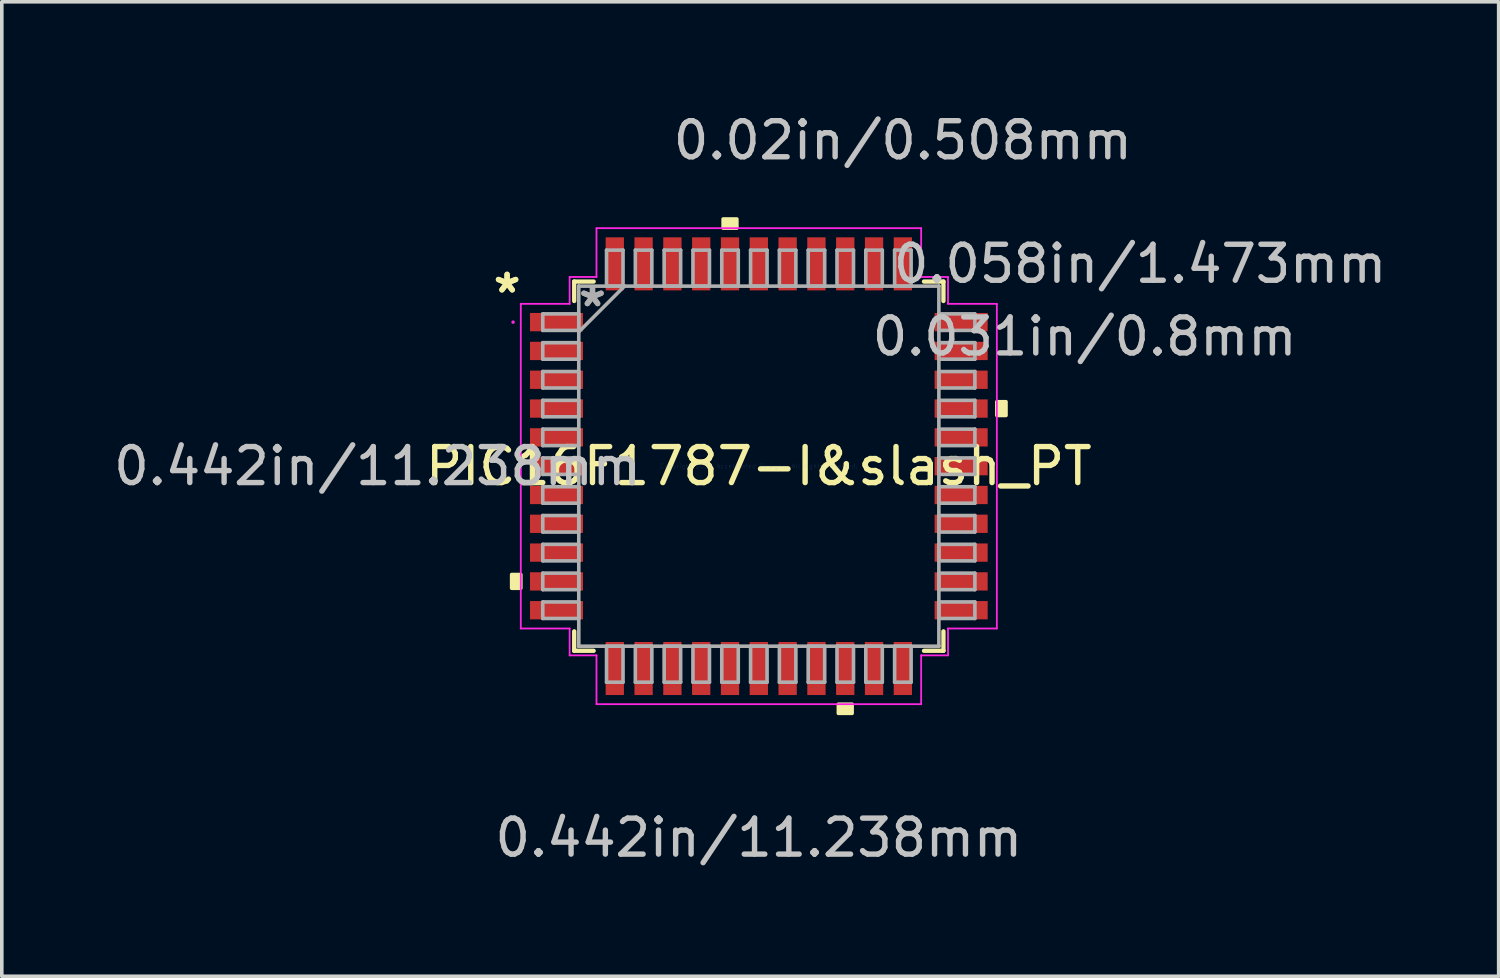
<source format=kicad_pcb>
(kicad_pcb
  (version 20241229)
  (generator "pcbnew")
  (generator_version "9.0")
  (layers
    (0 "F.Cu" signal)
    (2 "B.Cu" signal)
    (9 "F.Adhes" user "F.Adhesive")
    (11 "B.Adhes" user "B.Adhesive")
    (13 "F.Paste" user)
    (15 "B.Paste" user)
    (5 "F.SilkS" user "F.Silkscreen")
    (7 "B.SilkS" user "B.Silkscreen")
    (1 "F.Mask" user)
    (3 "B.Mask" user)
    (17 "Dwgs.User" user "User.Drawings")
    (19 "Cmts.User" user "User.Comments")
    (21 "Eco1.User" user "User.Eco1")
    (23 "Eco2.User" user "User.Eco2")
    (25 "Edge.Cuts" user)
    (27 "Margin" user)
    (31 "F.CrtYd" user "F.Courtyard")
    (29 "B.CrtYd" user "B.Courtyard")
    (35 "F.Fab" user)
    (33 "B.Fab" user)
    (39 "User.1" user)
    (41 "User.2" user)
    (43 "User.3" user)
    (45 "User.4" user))
  (footprint "PIC16F1787-I&slash_PT"
    (layer "F.Cu")
    (at 18.023 9.896)
    (property "Reference" "PIC16F1787-I&slash_PT" (at 0 0 0) (layer "F.SilkS") (effects (font (size 1 1) (thickness 0.15))))
    (attr through_hole)
    (fp_line (start -5.127 -5.127) (end -5.127 -4.587) (stroke (width 0.12) (type solid)) (layer "F.SilkS"))
    (fp_line (start -5.127 4.587) (end -5.127 5.127) (stroke (width 0.12) (type solid)) (layer "F.SilkS"))
    (fp_line (start -5.127 5.127) (end -4.587 5.127) (stroke (width 0.12) (type solid)) (layer "F.SilkS"))
    (fp_line (start -4.587 -5.127) (end -5.127 -5.127) (stroke (width 0.12) (type solid)) (layer "F.SilkS"))
    (fp_line (start 4.587 5.127) (end 5.127 5.127) (stroke (width 0.12) (type solid)) (layer "F.SilkS"))
    (fp_line (start 5.127 -5.127) (end 4.587 -5.127) (stroke (width 0.12) (type solid)) (layer "F.SilkS"))
    (fp_line (start 5.127 -4.587) (end 5.127 -5.127) (stroke (width 0.12) (type solid)) (layer "F.SilkS"))
    (fp_line (start 5.127 5.127) (end 5.127 4.587) (stroke (width 0.12) (type solid)) (layer "F.SilkS"))
    (fp_poly (pts (xy -6.864 3.009) (xy -6.864 3.39) (xy -6.61 3.39) (xy -6.61 3.009)) (stroke (width 0.1) (type solid)) (fill yes) (layer "F.SilkS"))
    (fp_poly (pts (xy -0.991 -6.61) (xy -0.991 -6.864) (xy -0.61 -6.864) (xy -0.61 -6.61)) (stroke (width 0.1) (type solid)) (fill yes) (layer "F.SilkS"))
    (fp_poly (pts (xy 2.209 6.61) (xy 2.209 6.864) (xy 2.591 6.864) (xy 2.591 6.61)) (stroke (width 0.1) (type solid)) (fill yes) (layer "F.SilkS"))
    (fp_poly (pts (xy 6.864 -1.79) (xy 6.864 -1.409) (xy 6.61 -1.409) (xy 6.61 -1.79)) (stroke (width 0.1) (type solid)) (fill yes) (layer "F.SilkS"))
    (fp_line (start -6.61 -4.508) (end -5.254 -4.508) (stroke (width 0.05) (type solid)) (layer "F.CrtYd"))
    (fp_line (start -6.61 4.508) (end -6.61 -4.508) (stroke (width 0.05) (type solid)) (layer "F.CrtYd"))
    (fp_line (start -5.254 -5.254) (end -4.508 -5.254) (stroke (width 0.05) (type solid)) (layer "F.CrtYd"))
    (fp_line (start -5.254 -4.508) (end -5.254 -5.254) (stroke (width 0.05) (type solid)) (layer "F.CrtYd"))
    (fp_line (start -5.254 4.508) (end -6.61 4.508) (stroke (width 0.05) (type solid)) (layer "F.CrtYd"))
    (fp_line (start -5.254 5.254) (end -5.254 4.508) (stroke (width 0.05) (type solid)) (layer "F.CrtYd"))
    (fp_line (start -4.508 -6.61) (end 4.508 -6.61) (stroke (width 0.05) (type solid)) (layer "F.CrtYd"))
    (fp_line (start -4.508 -5.254) (end -4.508 -6.61) (stroke (width 0.05) (type solid)) (layer "F.CrtYd"))
    (fp_line (start -4.508 5.254) (end -5.254 5.254) (stroke (width 0.05) (type solid)) (layer "F.CrtYd"))
    (fp_line (start -4.508 6.61) (end -4.508 5.254) (stroke (width 0.05) (type solid)) (layer "F.CrtYd"))
    (fp_line (start 4.508 -6.61) (end 4.508 -5.254) (stroke (width 0.05) (type solid)) (layer "F.CrtYd"))
    (fp_line (start 4.508 -5.254) (end 5.254 -5.254) (stroke (width 0.05) (type solid)) (layer "F.CrtYd"))
    (fp_line (start 4.508 5.254) (end 4.508 6.61) (stroke (width 0.05) (type solid)) (layer "F.CrtYd"))
    (fp_line (start 4.508 6.61) (end -4.508 6.61) (stroke (width 0.05) (type solid)) (layer "F.CrtYd"))
    (fp_line (start 5.254 -5.254) (end 5.254 -4.508) (stroke (width 0.05) (type solid)) (layer "F.CrtYd"))
    (fp_line (start 5.254 -4.508) (end 6.61 -4.508) (stroke (width 0.05) (type solid)) (layer "F.CrtYd"))
    (fp_line (start 5.254 4.508) (end 5.254 5.254) (stroke (width 0.05) (type solid)) (layer "F.CrtYd"))
    (fp_line (start 5.254 5.254) (end 4.508 5.254) (stroke (width 0.05) (type solid)) (layer "F.CrtYd"))
    (fp_line (start 6.61 -4.508) (end 6.61 4.508) (stroke (width 0.05) (type solid)) (layer "F.CrtYd"))
    (fp_line (start 6.61 4.508) (end 5.254 4.508) (stroke (width 0.05) (type solid)) (layer "F.CrtYd"))
    (fp_circle (center -6.825 -4) (end -6.825 -4) (stroke (width 0.05) (type solid)) (fill no) (layer "F.CrtYd"))
    (fp_line (start -6 -4.229) (end -6 -3.771) (stroke (width 0.1) (type solid)) (layer "F.Fab"))
    (fp_line (start -6 -3.771) (end -5 -3.771) (stroke (width 0.1) (type solid)) (layer "F.Fab"))
    (fp_line (start -6 -3.429) (end -6 -2.971) (stroke (width 0.1) (type solid)) (layer "F.Fab"))
    (fp_line (start -6 -2.971) (end -5 -2.971) (stroke (width 0.1) (type solid)) (layer "F.Fab"))
    (fp_line (start -6 -2.629) (end -6 -2.171) (stroke (width 0.1) (type solid)) (layer "F.Fab"))
    (fp_line (start -6 -2.171) (end -5 -2.171) (stroke (width 0.1) (type solid)) (layer "F.Fab"))
    (fp_line (start -6 -1.829) (end -6 -1.371) (stroke (width 0.1) (type solid)) (layer "F.Fab"))
    (fp_line (start -6 -1.371) (end -5 -1.371) (stroke (width 0.1) (type solid)) (layer "F.Fab"))
    (fp_line (start -6 -1.029) (end -6 -0.571) (stroke (width 0.1) (type solid)) (layer "F.Fab"))
    (fp_line (start -6 -0.571) (end -5 -0.571) (stroke (width 0.1) (type solid)) (layer "F.Fab"))
    (fp_line (start -6 -0.229) (end -6 0.229) (stroke (width 0.1) (type solid)) (layer "F.Fab"))
    (fp_line (start -6 0.229) (end -5 0.229) (stroke (width 0.1) (type solid)) (layer "F.Fab"))
    (fp_line (start -6 0.571) (end -6 1.029) (stroke (width 0.1) (type solid)) (layer "F.Fab"))
    (fp_line (start -6 1.029) (end -5 1.029) (stroke (width 0.1) (type solid)) (layer "F.Fab"))
    (fp_line (start -6 1.371) (end -6 1.829) (stroke (width 0.1) (type solid)) (layer "F.Fab"))
    (fp_line (start -6 1.829) (end -5 1.829) (stroke (width 0.1) (type solid)) (layer "F.Fab"))
    (fp_line (start -6 2.171) (end -6 2.629) (stroke (width 0.1) (type solid)) (layer "F.Fab"))
    (fp_line (start -6 2.629) (end -5 2.629) (stroke (width 0.1) (type solid)) (layer "F.Fab"))
    (fp_line (start -6 2.971) (end -6 3.429) (stroke (width 0.1) (type solid)) (layer "F.Fab"))
    (fp_line (start -6 3.429) (end -5 3.429) (stroke (width 0.1) (type solid)) (layer "F.Fab"))
    (fp_line (start -6 3.771) (end -6 4.229) (stroke (width 0.1) (type solid)) (layer "F.Fab"))
    (fp_line (start -6 4.229) (end -5 4.229) (stroke (width 0.1) (type solid)) (layer "F.Fab"))
    (fp_line (start -5 -5) (end -5 -5) (stroke (width 0.1) (type solid)) (layer "F.Fab"))
    (fp_line (start -5 -5) (end -5 5) (stroke (width 0.1) (type solid)) (layer "F.Fab"))
    (fp_line (start -5 -4.229) (end -6 -4.229) (stroke (width 0.1) (type solid)) (layer "F.Fab"))
    (fp_line (start -5 -3.771) (end -5 -4.229) (stroke (width 0.1) (type solid)) (layer "F.Fab"))
    (fp_line (start -5 -3.73) (end -3.73 -5) (stroke (width 0.1) (type solid)) (layer "F.Fab"))
    (fp_line (start -5 -3.429) (end -6 -3.429) (stroke (width 0.1) (type solid)) (layer "F.Fab"))
    (fp_line (start -5 -2.971) (end -5 -3.429) (stroke (width 0.1) (type solid)) (layer "F.Fab"))
    (fp_line (start -5 -2.629) (end -6 -2.629) (stroke (width 0.1) (type solid)) (layer "F.Fab"))
    (fp_line (start -5 -2.171) (end -5 -2.629) (stroke (width 0.1) (type solid)) (layer "F.Fab"))
    (fp_line (start -5 -1.829) (end -6 -1.829) (stroke (width 0.1) (type solid)) (layer "F.Fab"))
    (fp_line (start -5 -1.371) (end -5 -1.829) (stroke (width 0.1) (type solid)) (layer "F.Fab"))
    (fp_line (start -5 -1.029) (end -6 -1.029) (stroke (width 0.1) (type solid)) (layer "F.Fab"))
    (fp_line (start -5 -0.571) (end -5 -1.029) (stroke (width 0.1) (type solid)) (layer "F.Fab"))
    (fp_line (start -5 -0.229) (end -6 -0.229) (stroke (width 0.1) (type solid)) (layer "F.Fab"))
    (fp_line (start -5 0.229) (end -5 -0.229) (stroke (width 0.1) (type solid)) (layer "F.Fab"))
    (fp_line (start -5 0.571) (end -6 0.571) (stroke (width 0.1) (type solid)) (layer "F.Fab"))
    (fp_line (start -5 1.029) (end -5 0.571) (stroke (width 0.1) (type solid)) (layer "F.Fab"))
    (fp_line (start -5 1.371) (end -6 1.371) (stroke (width 0.1) (type solid)) (layer "F.Fab"))
    (fp_line (start -5 1.829) (end -5 1.371) (stroke (width 0.1) (type solid)) (layer "F.Fab"))
    (fp_line (start -5 2.171) (end -6 2.171) (stroke (width 0.1) (type solid)) (layer "F.Fab"))
    (fp_line (start -5 2.629) (end -5 2.171) (stroke (width 0.1) (type solid)) (layer "F.Fab"))
    (fp_line (start -5 2.971) (end -6 2.971) (stroke (width 0.1) (type solid)) (layer "F.Fab"))
    (fp_line (start -5 3.429) (end -5 2.971) (stroke (width 0.1) (type solid)) (layer "F.Fab"))
    (fp_line (start -5 3.771) (end -6 3.771) (stroke (width 0.1) (type solid)) (layer "F.Fab"))
    (fp_line (start -5 4.229) (end -5 3.771) (stroke (width 0.1) (type solid)) (layer "F.Fab"))
    (fp_line (start -5 5) (end -5 5) (stroke (width 0.1) (type solid)) (layer "F.Fab"))
    (fp_line (start -5 5) (end 5 5) (stroke (width 0.1) (type solid)) (layer "F.Fab"))
    (fp_line (start -4.229 5) (end -4.229 6) (stroke (width 0.1) (type solid)) (layer "F.Fab"))
    (fp_line (start -4.229 6) (end -3.771 6) (stroke (width 0.1) (type solid)) (layer "F.Fab"))
    (fp_line (start -4.229 -6) (end -4.229 -5) (stroke (width 0.1) (type solid)) (layer "F.Fab"))
    (fp_line (start -4.229 -5) (end -3.771 -5) (stroke (width 0.1) (type solid)) (layer "F.Fab"))
    (fp_line (start -3.771 5) (end -4.229 5) (stroke (width 0.1) (type solid)) (layer "F.Fab"))
    (fp_line (start -3.771 6) (end -3.771 5) (stroke (width 0.1) (type solid)) (layer "F.Fab"))
    (fp_line (start -3.771 -6) (end -4.229 -6) (stroke (width 0.1) (type solid)) (layer "F.Fab"))
    (fp_line (start -3.771 -5) (end -3.771 -6) (stroke (width 0.1) (type solid)) (layer "F.Fab"))
    (fp_line (start -3.429 -6) (end -3.429 -5) (stroke (width 0.1) (type solid)) (layer "F.Fab"))
    (fp_line (start -3.429 -5) (end -2.971 -5) (stroke (width 0.1) (type solid)) (layer "F.Fab"))
    (fp_line (start -3.429 5) (end -3.429 6) (stroke (width 0.1) (type solid)) (layer "F.Fab"))
    (fp_line (start -3.429 6) (end -2.971 6) (stroke (width 0.1) (type solid)) (layer "F.Fab"))
    (fp_line (start -2.971 -6) (end -3.429 -6) (stroke (width 0.1) (type solid)) (layer "F.Fab"))
    (fp_line (start -2.971 -5) (end -2.971 -6) (stroke (width 0.1) (type solid)) (layer "F.Fab"))
    (fp_line (start -2.971 5) (end -3.429 5) (stroke (width 0.1) (type solid)) (layer "F.Fab"))
    (fp_line (start -2.971 6) (end -2.971 5) (stroke (width 0.1) (type solid)) (layer "F.Fab"))
    (fp_line (start -2.629 -6) (end -2.629 -5) (stroke (width 0.1) (type solid)) (layer "F.Fab"))
    (fp_line (start -2.629 -5) (end -2.171 -5) (stroke (width 0.1) (type solid)) (layer "F.Fab"))
    (fp_line (start -2.629 5) (end -2.629 6) (stroke (width 0.1) (type solid)) (layer "F.Fab"))
    (fp_line (start -2.629 6) (end -2.171 6) (stroke (width 0.1) (type solid)) (layer "F.Fab"))
    (fp_line (start -2.171 -6) (end -2.629 -6) (stroke (width 0.1) (type solid)) (layer "F.Fab"))
    (fp_line (start -2.171 -5) (end -2.171 -6) (stroke (width 0.1) (type solid)) (layer "F.Fab"))
    (fp_line (start -2.171 5) (end -2.629 5) (stroke (width 0.1) (type solid)) (layer "F.Fab"))
    (fp_line (start -2.171 6) (end -2.171 5) (stroke (width 0.1) (type solid)) (layer "F.Fab"))
    (fp_line (start -1.829 -6) (end -1.829 -5) (stroke (width 0.1) (type solid)) (layer "F.Fab"))
    (fp_line (start -1.829 -5) (end -1.371 -5) (stroke (width 0.1) (type solid)) (layer "F.Fab"))
    (fp_line (start -1.829 5) (end -1.829 6) (stroke (width 0.1) (type solid)) (layer "F.Fab"))
    (fp_line (start -1.829 6) (end -1.371 6) (stroke (width 0.1) (type solid)) (layer "F.Fab"))
    (fp_line (start -1.371 -6) (end -1.829 -6) (stroke (width 0.1) (type solid)) (layer "F.Fab"))
    (fp_line (start -1.371 -5) (end -1.371 -6) (stroke (width 0.1) (type solid)) (layer "F.Fab"))
    (fp_line (start -1.371 5) (end -1.829 5) (stroke (width 0.1) (type solid)) (layer "F.Fab"))
    (fp_line (start -1.371 6) (end -1.371 5) (stroke (width 0.1) (type solid)) (layer "F.Fab"))
    (fp_line (start -1.029 -6) (end -1.029 -5) (stroke (width 0.1) (type solid)) (layer "F.Fab"))
    (fp_line (start -1.029 -5) (end -0.571 -5) (stroke (width 0.1) (type solid)) (layer "F.Fab"))
    (fp_line (start -1.029 5) (end -1.029 6) (stroke (width 0.1) (type solid)) (layer "F.Fab"))
    (fp_line (start -1.029 6) (end -0.571 6) (stroke (width 0.1) (type solid)) (layer "F.Fab"))
    (fp_line (start -0.571 -6) (end -1.029 -6) (stroke (width 0.1) (type solid)) (layer "F.Fab"))
    (fp_line (start -0.571 -5) (end -0.571 -6) (stroke (width 0.1) (type solid)) (layer "F.Fab"))
    (fp_line (start -0.571 5) (end -1.029 5) (stroke (width 0.1) (type solid)) (layer "F.Fab"))
    (fp_line (start -0.571 6) (end -0.571 5) (stroke (width 0.1) (type solid)) (layer "F.Fab"))
    (fp_line (start -0.229 -6) (end -0.229 -5) (stroke (width 0.1) (type solid)) (layer "F.Fab"))
    (fp_line (start -0.229 -5) (end 0.229 -5) (stroke (width 0.1) (type solid)) (layer "F.Fab"))
    (fp_line (start -0.229 5) (end -0.229 6) (stroke (width 0.1) (type solid)) (layer "F.Fab"))
    (fp_line (start -0.229 6) (end 0.229 6) (stroke (width 0.1) (type solid)) (layer "F.Fab"))
    (fp_line (start 0.229 -6) (end -0.229 -6) (stroke (width 0.1) (type solid)) (layer "F.Fab"))
    (fp_line (start 0.229 -5) (end 0.229 -6) (stroke (width 0.1) (type solid)) (layer "F.Fab"))
    (fp_line (start 0.229 5) (end -0.229 5) (stroke (width 0.1) (type solid)) (layer "F.Fab"))
    (fp_line (start 0.229 6) (end 0.229 5) (stroke (width 0.1) (type solid)) (layer "F.Fab"))
    (fp_line (start 0.571 -6) (end 0.571 -5) (stroke (width 0.1) (type solid)) (layer "F.Fab"))
    (fp_line (start 0.571 -5) (end 1.029 -5) (stroke (width 0.1) (type solid)) (layer "F.Fab"))
    (fp_line (start 0.571 5) (end 0.571 6) (stroke (width 0.1) (type solid)) (layer "F.Fab"))
    (fp_line (start 0.571 6) (end 1.029 6) (stroke (width 0.1) (type solid)) (layer "F.Fab"))
    (fp_line (start 1.029 -6) (end 0.571 -6) (stroke (width 0.1) (type solid)) (layer "F.Fab"))
    (fp_line (start 1.029 -5) (end 1.029 -6) (stroke (width 0.1) (type solid)) (layer "F.Fab"))
    (fp_line (start 1.029 5) (end 0.571 5) (stroke (width 0.1) (type solid)) (layer "F.Fab"))
    (fp_line (start 1.029 6) (end 1.029 5) (stroke (width 0.1) (type solid)) (layer "F.Fab"))
    (fp_line (start 1.371 -6) (end 1.371 -5) (stroke (width 0.1) (type solid)) (layer "F.Fab"))
    (fp_line (start 1.371 -5) (end 1.829 -5) (stroke (width 0.1) (type solid)) (layer "F.Fab"))
    (fp_line (start 1.371 5) (end 1.371 6) (stroke (width 0.1) (type solid)) (layer "F.Fab"))
    (fp_line (start 1.371 6) (end 1.829 6) (stroke (width 0.1) (type solid)) (layer "F.Fab"))
    (fp_line (start 1.829 -6) (end 1.371 -6) (stroke (width 0.1) (type solid)) (layer "F.Fab"))
    (fp_line (start 1.829 -5) (end 1.829 -6) (stroke (width 0.1) (type solid)) (layer "F.Fab"))
    (fp_line (start 1.829 5) (end 1.371 5) (stroke (width 0.1) (type solid)) (layer "F.Fab"))
    (fp_line (start 1.829 6) (end 1.829 5) (stroke (width 0.1) (type solid)) (layer "F.Fab"))
    (fp_line (start 2.171 -6) (end 2.171 -5) (stroke (width 0.1) (type solid)) (layer "F.Fab"))
    (fp_line (start 2.171 -5) (end 2.629 -5) (stroke (width 0.1) (type solid)) (layer "F.Fab"))
    (fp_line (start 2.171 5) (end 2.171 6) (stroke (width 0.1) (type solid)) (layer "F.Fab"))
    (fp_line (start 2.171 6) (end 2.629 6) (stroke (width 0.1) (type solid)) (layer "F.Fab"))
    (fp_line (start 2.629 -6) (end 2.171 -6) (stroke (width 0.1) (type solid)) (layer "F.Fab"))
    (fp_line (start 2.629 -5) (end 2.629 -6) (stroke (width 0.1) (type solid)) (layer "F.Fab"))
    (fp_line (start 2.629 5) (end 2.171 5) (stroke (width 0.1) (type solid)) (layer "F.Fab"))
    (fp_line (start 2.629 6) (end 2.629 5) (stroke (width 0.1) (type solid)) (layer "F.Fab"))
    (fp_line (start 2.971 -6) (end 2.971 -5) (stroke (width 0.1) (type solid)) (layer "F.Fab"))
    (fp_line (start 2.971 -5) (end 3.429 -5) (stroke (width 0.1) (type solid)) (layer "F.Fab"))
    (fp_line (start 2.971 5) (end 2.971 6) (stroke (width 0.1) (type solid)) (layer "F.Fab"))
    (fp_line (start 2.971 6) (end 3.429 6) (stroke (width 0.1) (type solid)) (layer "F.Fab"))
    (fp_line (start 3.429 -6) (end 2.971 -6) (stroke (width 0.1) (type solid)) (layer "F.Fab"))
    (fp_line (start 3.429 -5) (end 3.429 -6) (stroke (width 0.1) (type solid)) (layer "F.Fab"))
    (fp_line (start 3.429 5) (end 2.971 5) (stroke (width 0.1) (type solid)) (layer "F.Fab"))
    (fp_line (start 3.429 6) (end 3.429 5) (stroke (width 0.1) (type solid)) (layer "F.Fab"))
    (fp_line (start 3.771 5) (end 3.771 6) (stroke (width 0.1) (type solid)) (layer "F.Fab"))
    (fp_line (start 3.771 6) (end 4.229 6) (stroke (width 0.1) (type solid)) (layer "F.Fab"))
    (fp_line (start 3.771 -6) (end 3.771 -5) (stroke (width 0.1) (type solid)) (layer "F.Fab"))
    (fp_line (start 3.771 -5) (end 4.229 -5) (stroke (width 0.1) (type solid)) (layer "F.Fab"))
    (fp_line (start 4.229 5) (end 3.771 5) (stroke (width 0.1) (type solid)) (layer "F.Fab"))
    (fp_line (start 4.229 6) (end 4.229 5) (stroke (width 0.1) (type solid)) (layer "F.Fab"))
    (fp_line (start 4.229 -6) (end 3.771 -6) (stroke (width 0.1) (type solid)) (layer "F.Fab"))
    (fp_line (start 4.229 -5) (end 4.229 -6) (stroke (width 0.1) (type solid)) (layer "F.Fab"))
    (fp_line (start 5 -5) (end -5 -5) (stroke (width 0.1) (type solid)) (layer "F.Fab"))
    (fp_line (start 5 -5) (end 5 -5) (stroke (width 0.1) (type solid)) (layer "F.Fab"))
    (fp_line (start 5 -4.229) (end 5 -3.771) (stroke (width 0.1) (type solid)) (layer "F.Fab"))
    (fp_line (start 5 -3.771) (end 6 -3.771) (stroke (width 0.1) (type solid)) (layer "F.Fab"))
    (fp_line (start 5 -3.429) (end 5 -2.971) (stroke (width 0.1) (type solid)) (layer "F.Fab"))
    (fp_line (start 5 -2.971) (end 6 -2.971) (stroke (width 0.1) (type solid)) (layer "F.Fab"))
    (fp_line (start 5 -2.629) (end 5 -2.171) (stroke (width 0.1) (type solid)) (layer "F.Fab"))
    (fp_line (start 5 -2.171) (end 6 -2.171) (stroke (width 0.1) (type solid)) (layer "F.Fab"))
    (fp_line (start 5 -1.829) (end 5 -1.371) (stroke (width 0.1) (type solid)) (layer "F.Fab"))
    (fp_line (start 5 -1.371) (end 6 -1.371) (stroke (width 0.1) (type solid)) (layer "F.Fab"))
    (fp_line (start 5 -1.029) (end 5 -0.571) (stroke (width 0.1) (type solid)) (layer "F.Fab"))
    (fp_line (start 5 -0.571) (end 6 -0.571) (stroke (width 0.1) (type solid)) (layer "F.Fab"))
    (fp_line (start 5 -0.229) (end 5 0.229) (stroke (width 0.1) (type solid)) (layer "F.Fab"))
    (fp_line (start 5 0.229) (end 6 0.229) (stroke (width 0.1) (type solid)) (layer "F.Fab"))
    (fp_line (start 5 0.571) (end 5 1.029) (stroke (width 0.1) (type solid)) (layer "F.Fab"))
    (fp_line (start 5 1.029) (end 6 1.029) (stroke (width 0.1) (type solid)) (layer "F.Fab"))
    (fp_line (start 5 1.371) (end 5 1.829) (stroke (width 0.1) (type solid)) (layer "F.Fab"))
    (fp_line (start 5 1.829) (end 6 1.829) (stroke (width 0.1) (type solid)) (layer "F.Fab"))
    (fp_line (start 5 2.171) (end 5 2.629) (stroke (width 0.1) (type solid)) (layer "F.Fab"))
    (fp_line (start 5 2.629) (end 6 2.629) (stroke (width 0.1) (type solid)) (layer "F.Fab"))
    (fp_line (start 5 2.971) (end 5 3.429) (stroke (width 0.1) (type solid)) (layer "F.Fab"))
    (fp_line (start 5 3.429) (end 6 3.429) (stroke (width 0.1) (type solid)) (layer "F.Fab"))
    (fp_line (start 5 3.771) (end 5 4.229) (stroke (width 0.1) (type solid)) (layer "F.Fab"))
    (fp_line (start 5 4.229) (end 6 4.229) (stroke (width 0.1) (type solid)) (layer "F.Fab"))
    (fp_line (start 5 5) (end 5 -5) (stroke (width 0.1) (type solid)) (layer "F.Fab"))
    (fp_line (start 5 5) (end 5 5) (stroke (width 0.1) (type solid)) (layer "F.Fab"))
    (fp_line (start 6 -4.229) (end 5 -4.229) (stroke (width 0.1) (type solid)) (layer "F.Fab"))
    (fp_line (start 6 -3.771) (end 6 -4.229) (stroke (width 0.1) (type solid)) (layer "F.Fab"))
    (fp_line (start 6 -3.429) (end 5 -3.429) (stroke (width 0.1) (type solid)) (layer "F.Fab"))
    (fp_line (start 6 -2.971) (end 6 -3.429) (stroke (width 0.1) (type solid)) (layer "F.Fab"))
    (fp_line (start 6 -2.629) (end 5 -2.629) (stroke (width 0.1) (type solid)) (layer "F.Fab"))
    (fp_line (start 6 -2.171) (end 6 -2.629) (stroke (width 0.1) (type solid)) (layer "F.Fab"))
    (fp_line (start 6 -1.829) (end 5 -1.829) (stroke (width 0.1) (type solid)) (layer "F.Fab"))
    (fp_line (start 6 -1.371) (end 6 -1.829) (stroke (width 0.1) (type solid)) (layer "F.Fab"))
    (fp_line (start 6 -1.029) (end 5 -1.029) (stroke (width 0.1) (type solid)) (layer "F.Fab"))
    (fp_line (start 6 -0.571) (end 6 -1.029) (stroke (width 0.1) (type solid)) (layer "F.Fab"))
    (fp_line (start 6 -0.229) (end 5 -0.229) (stroke (width 0.1) (type solid)) (layer "F.Fab"))
    (fp_line (start 6 0.229) (end 6 -0.229) (stroke (width 0.1) (type solid)) (layer "F.Fab"))
    (fp_line (start 6 0.571) (end 5 0.571) (stroke (width 0.1) (type solid)) (layer "F.Fab"))
    (fp_line (start 6 1.029) (end 6 0.571) (stroke (width 0.1) (type solid)) (layer "F.Fab"))
    (fp_line (start 6 1.371) (end 5 1.371) (stroke (width 0.1) (type solid)) (layer "F.Fab"))
    (fp_line (start 6 1.829) (end 6 1.371) (stroke (width 0.1) (type solid)) (layer "F.Fab"))
    (fp_line (start 6 2.171) (end 5 2.171) (stroke (width 0.1) (type solid)) (layer "F.Fab"))
    (fp_line (start 6 2.629) (end 6 2.171) (stroke (width 0.1) (type solid)) (layer "F.Fab"))
    (fp_line (start 6 2.971) (end 5 2.971) (stroke (width 0.1) (type solid)) (layer "F.Fab"))
    (fp_line (start 6 3.429) (end 6 2.971) (stroke (width 0.1) (type solid)) (layer "F.Fab"))
    (fp_line (start 6 3.771) (end 5 3.771) (stroke (width 0.1) (type solid)) (layer "F.Fab"))
    (fp_line (start 6 4.229) (end 6 3.771) (stroke (width 0.1) (type solid)) (layer "F.Fab"))
    (fp_text user "*" (at -6.991 -4.781 0) (layer "F.SilkS") (effects (font (size 1 1) (thickness 0.15))))
    (fp_text user "*" (at -6.991 -4.781 0) (layer "F.SilkS") (effects (font (size 1 1) (thickness 0.15))))
    (fp_text user "0.442in/11.238mm" (at 0 10.318 0) (layer "Dwgs.User") (effects (font (size 1 1) (thickness 0.15))))
    (fp_text user "0.02in/0.508mm" (at 4 -9.048 0) (layer "Dwgs.User") (effects (font (size 1 1) (thickness 0.15))))
    (fp_text user "0.058in/1.473mm" (at 10.588 -5.619 0) (layer "Dwgs.User") (effects (font (size 1 1) (thickness 0.15))))
    (fp_text user "0.442in/11.238mm" (at -10.588 0 0) (layer "Dwgs.User") (effects (font (size 1 1) (thickness 0.15))))
    (fp_text user "0.031in/0.8mm" (at 9.048 -3.6 0) (layer "Dwgs.User") (effects (font (size 1 1) (thickness 0.15))))
    (fp_text user "Copyright 2021 Accelerated Designs. All rights reserved." (at 0 0 0) (layer "Cmts.User") (effects (font (size 0.127 0.127) (thickness 0.002))))
    (fp_text user "*" (at -4.619 -4.4 0) (layer "F.Fab") (effects (font (size 1 1) (thickness 0.15))))
    (fp_text user "*" (at -4.619 -4.4 0) (layer "F.Fab") (effects (font (size 1 1) (thickness 0.15))))
    (pad "1" smd rect (at -5.619 -4 90) (size 0.508 1.473) (layers "F.Cu" "F.Mask" "F.Paste"))
    (pad "2" smd rect (at -5.619 -3.2 90) (size 0.508 1.473) (layers "F.Cu" "F.Mask" "F.Paste"))
    (pad "3" smd rect (at -5.619 -2.4 90) (size 0.508 1.473) (layers "F.Cu" "F.Mask" "F.Paste"))
    (pad "4" smd rect (at -5.619 -1.6 90) (size 0.508 1.473) (layers "F.Cu" "F.Mask" "F.Paste"))
    (pad "5" smd rect (at -5.619 -0.8 90) (size 0.508 1.473) (layers "F.Cu" "F.Mask" "F.Paste"))
    (pad "6" smd rect (at -5.619 0 90) (size 0.508 1.473) (layers "F.Cu" "F.Mask" "F.Paste"))
    (pad "7" smd rect (at -5.619 0.8 90) (size 0.508 1.473) (layers "F.Cu" "F.Mask" "F.Paste"))
    (pad "8" smd rect (at -5.619 1.6 90) (size 0.508 1.473) (layers "F.Cu" "F.Mask" "F.Paste"))
    (pad "9" smd rect (at -5.619 2.4 90) (size 0.508 1.473) (layers "F.Cu" "F.Mask" "F.Paste"))
    (pad "10" smd rect (at -5.619 3.2 90) (size 0.508 1.473) (layers "F.Cu" "F.Mask" "F.Paste"))
    (pad "11" smd rect (at -5.619 4 90) (size 0.508 1.473) (layers "F.Cu" "F.Mask" "F.Paste"))
    (pad "12" smd rect (at -4 5.619) (size 0.508 1.473) (layers "F.Cu" "F.Mask" "F.Paste"))
    (pad "13" smd rect (at -3.2 5.619) (size 0.508 1.473) (layers "F.Cu" "F.Mask" "F.Paste"))
    (pad "14" smd rect (at -2.4 5.619) (size 0.508 1.473) (layers "F.Cu" "F.Mask" "F.Paste"))
    (pad "15" smd rect (at -1.6 5.619) (size 0.508 1.473) (layers "F.Cu" "F.Mask" "F.Paste"))
    (pad "16" smd rect (at -0.8 5.619) (size 0.508 1.473) (layers "F.Cu" "F.Mask" "F.Paste"))
    (pad "17" smd rect (at 0 5.619) (size 0.508 1.473) (layers "F.Cu" "F.Mask" "F.Paste"))
    (pad "18" smd rect (at 0.8 5.619) (size 0.508 1.473) (layers "F.Cu" "F.Mask" "F.Paste"))
    (pad "19" smd rect (at 1.6 5.619) (size 0.508 1.473) (layers "F.Cu" "F.Mask" "F.Paste"))
    (pad "20" smd rect (at 2.4 5.619) (size 0.508 1.473) (layers "F.Cu" "F.Mask" "F.Paste"))
    (pad "21" smd rect (at 3.2 5.619) (size 0.508 1.473) (layers "F.Cu" "F.Mask" "F.Paste"))
    (pad "22" smd rect (at 4 5.619) (size 0.508 1.473) (layers "F.Cu" "F.Mask" "F.Paste"))
    (pad "23" smd rect (at 5.619 4 90) (size 0.508 1.473) (layers "F.Cu" "F.Mask" "F.Paste"))
    (pad "24" smd rect (at 5.619 3.2 90) (size 0.508 1.473) (layers "F.Cu" "F.Mask" "F.Paste"))
    (pad "25" smd rect (at 5.619 2.4 90) (size 0.508 1.473) (layers "F.Cu" "F.Mask" "F.Paste"))
    (pad "26" smd rect (at 5.619 1.6 90) (size 0.508 1.473) (layers "F.Cu" "F.Mask" "F.Paste"))
    (pad "27" smd rect (at 5.619 0.8 90) (size 0.508 1.473) (layers "F.Cu" "F.Mask" "F.Paste"))
    (pad "28" smd rect (at 5.619 0 90) (size 0.508 1.473) (layers "F.Cu" "F.Mask" "F.Paste"))
    (pad "29" smd rect (at 5.619 -0.8 90) (size 0.508 1.473) (layers "F.Cu" "F.Mask" "F.Paste"))
    (pad "30" smd rect (at 5.619 -1.6 90) (size 0.508 1.473) (layers "F.Cu" "F.Mask" "F.Paste"))
    (pad "31" smd rect (at 5.619 -2.4 90) (size 0.508 1.473) (layers "F.Cu" "F.Mask" "F.Paste"))
    (pad "32" smd rect (at 5.619 -3.2 90) (size 0.508 1.473) (layers "F.Cu" "F.Mask" "F.Paste"))
    (pad "33" smd rect (at 5.619 -4 90) (size 0.508 1.473) (layers "F.Cu" "F.Mask" "F.Paste"))
    (pad "34" smd rect (at 4 -5.619) (size 0.508 1.473) (layers "F.Cu" "F.Mask" "F.Paste"))
    (pad "35" smd rect (at 3.2 -5.619) (size 0.508 1.473) (layers "F.Cu" "F.Mask" "F.Paste"))
    (pad "36" smd rect (at 2.4 -5.619) (size 0.508 1.473) (layers "F.Cu" "F.Mask" "F.Paste"))
    (pad "37" smd rect (at 1.6 -5.619) (size 0.508 1.473) (layers "F.Cu" "F.Mask" "F.Paste"))
    (pad "38" smd rect (at 0.8 -5.619) (size 0.508 1.473) (layers "F.Cu" "F.Mask" "F.Paste"))
    (pad "39" smd rect (at 0 -5.619) (size 0.508 1.473) (layers "F.Cu" "F.Mask" "F.Paste"))
    (pad "40" smd rect (at -0.8 -5.619) (size 0.508 1.473) (layers "F.Cu" "F.Mask" "F.Paste"))
    (pad "41" smd rect (at -1.6 -5.619) (size 0.508 1.473) (layers "F.Cu" "F.Mask" "F.Paste"))
    (pad "42" smd rect (at -2.4 -5.619) (size 0.508 1.473) (layers "F.Cu" "F.Mask" "F.Paste"))
    (pad "43" smd rect (at -3.2 -5.619) (size 0.508 1.473) (layers "F.Cu" "F.Mask" "F.Paste"))
    (pad "44" smd rect (at -4 -5.619) (size 0.508 1.473) (layers "F.Cu" "F.Mask" "F.Paste")))
  (gr_rect
    (start -3 -3)
    (end 38.569 24.062)
    (stroke (width 0.1) (type default))
    (fill no)
    (layer "Edge.Cuts")))
</source>
